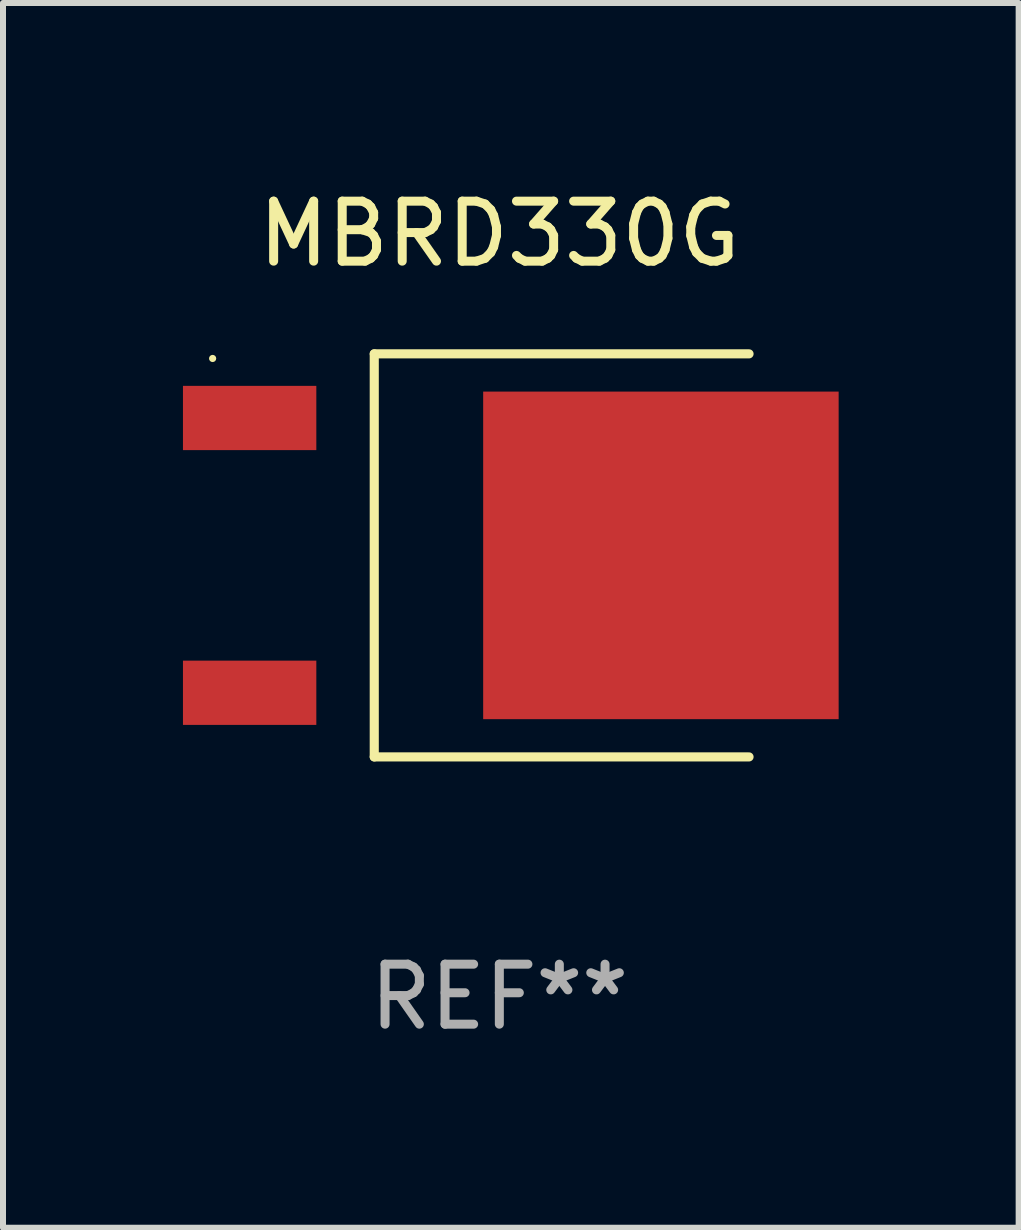
<source format=kicad_pcb>
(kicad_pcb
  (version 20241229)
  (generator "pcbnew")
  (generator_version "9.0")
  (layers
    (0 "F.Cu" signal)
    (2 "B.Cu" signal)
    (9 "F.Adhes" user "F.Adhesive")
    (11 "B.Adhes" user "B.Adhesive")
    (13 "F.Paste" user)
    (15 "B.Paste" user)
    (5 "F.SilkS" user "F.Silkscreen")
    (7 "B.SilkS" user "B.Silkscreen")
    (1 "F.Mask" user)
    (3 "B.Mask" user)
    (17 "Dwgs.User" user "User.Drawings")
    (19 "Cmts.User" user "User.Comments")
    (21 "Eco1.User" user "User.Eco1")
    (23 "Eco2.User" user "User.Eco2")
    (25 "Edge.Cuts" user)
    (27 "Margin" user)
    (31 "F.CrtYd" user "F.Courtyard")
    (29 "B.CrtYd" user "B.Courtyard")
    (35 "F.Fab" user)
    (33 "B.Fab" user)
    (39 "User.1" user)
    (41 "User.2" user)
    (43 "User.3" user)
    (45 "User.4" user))
  (footprint "MBRD330G"
    (layer "F.Cu")
    (at 5.273 6.207)
    (property "Reference" "MBRD330G" (at 0 -5.359 0) (layer "F.SilkS") (effects (font (size 1 1) (thickness 0.15))))
    (attr through_hole)
    (fp_line (start -2.085 -3.359) (end -2.085 3.359) (stroke (width 0.152) (type solid)) (layer "F.SilkS"))
    (fp_line (start 4.162 -3.359) (end -2.085 -3.359) (stroke (width 0.152) (type solid)) (layer "F.SilkS"))
    (fp_line (start 4.162 3.359) (end -2.085 3.359) (stroke (width 0.152) (type solid)) (layer "F.SilkS"))
    (fp_circle (center -4.779 -3.282) (end -4.749 -3.282) (stroke (width 0.06) (type solid)) (fill no) (layer "F.SilkS"))
    (fp_text user "REF**" (at 0 7.359 0) (layer "F.Fab") (effects (font (size 1 1) (thickness 0.15))))
    (pad "1" smd rect (at -4.162 -2.29 180) (size 2.223 1.071) (layers "F.Cu" "F.Mask" "F.Paste"))
    (pad "3" smd rect (at -4.162 2.29 180) (size 2.223 1.071) (layers "F.Cu" "F.Mask" "F.Paste"))
    (pad "4" smd rect (at 2.693 -0.000025 180) (size 5.925 5.46) (layers "F.Cu" "F.Mask" "F.Paste")))
  (gr_rect
    (start -3 -3)
    (end 13.929 17.414)
    (stroke (width 0.1) (type default))
    (fill no)
    (layer "Edge.Cuts")))
</source>
